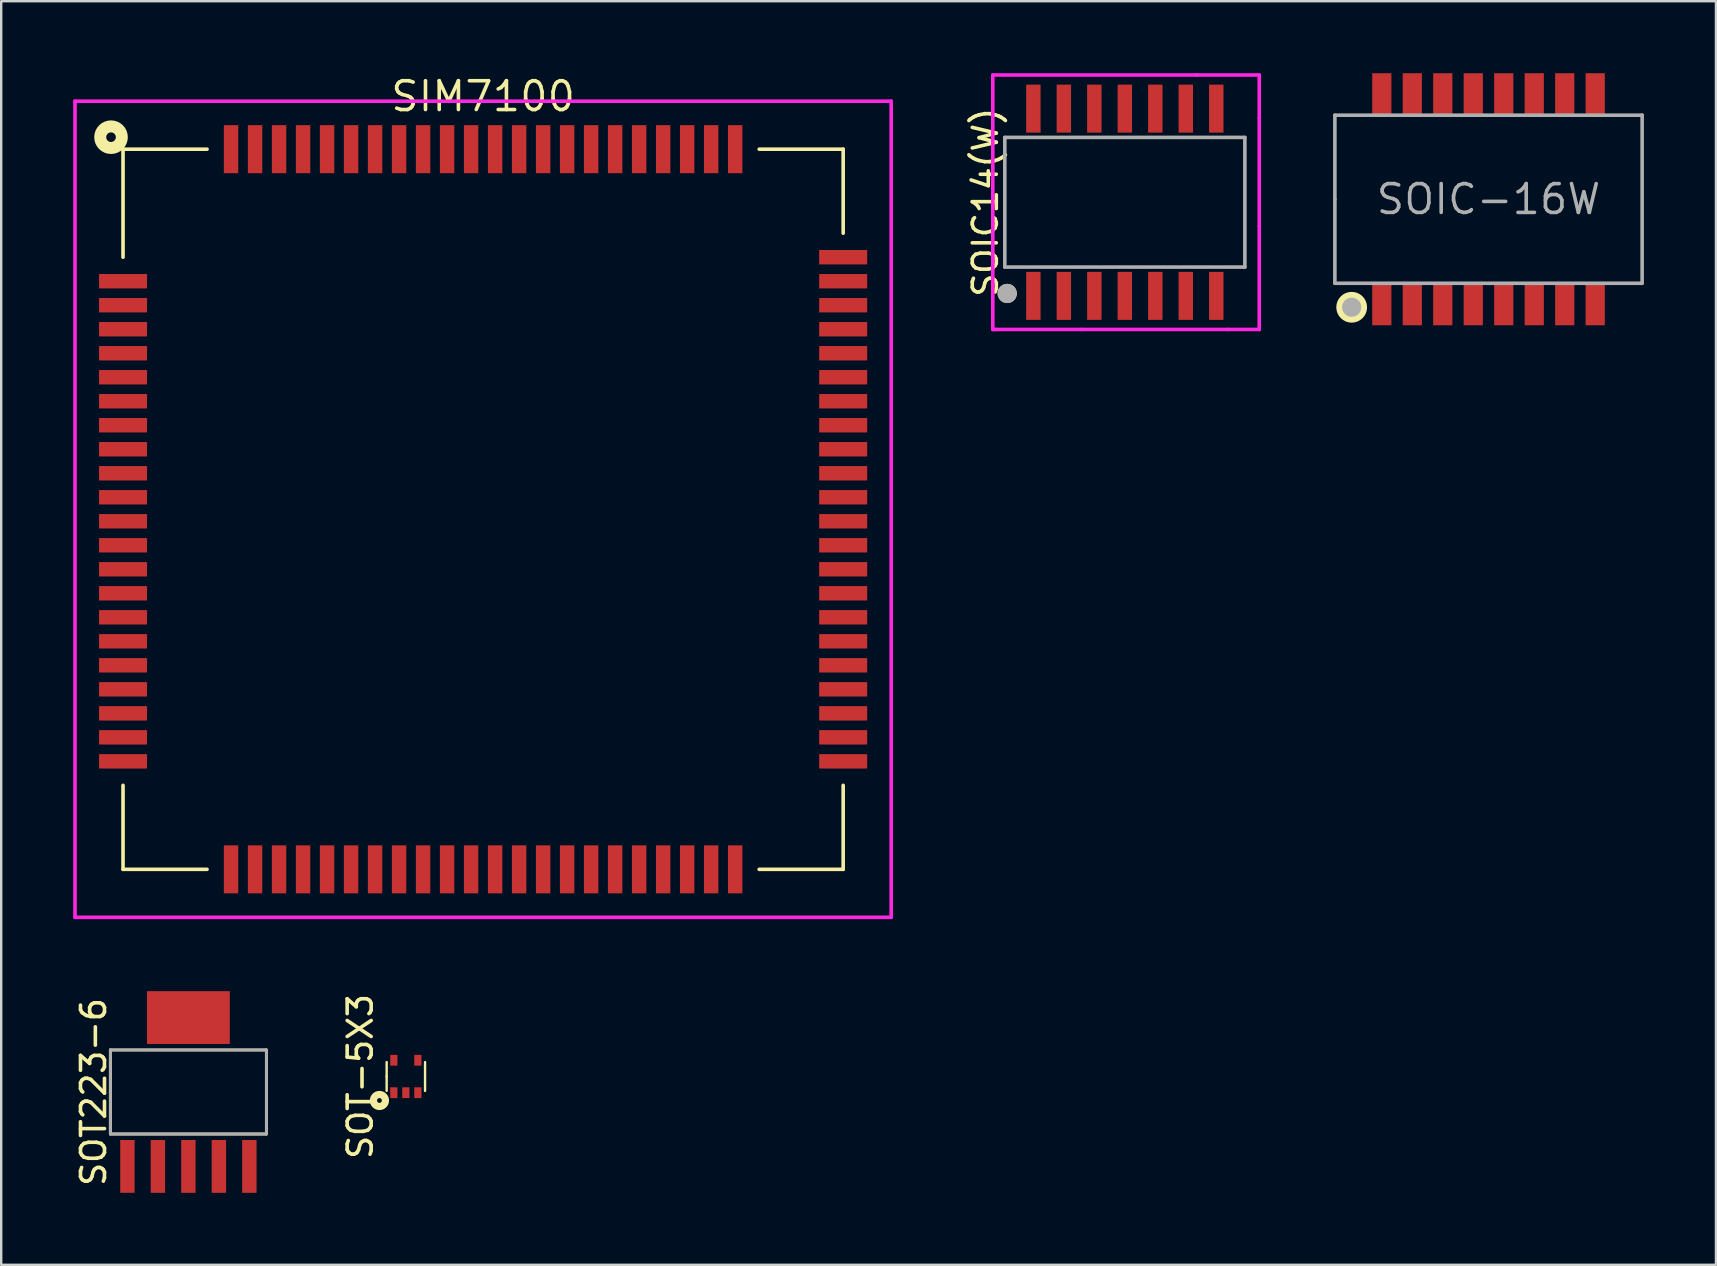
<source format=kicad_pcb>
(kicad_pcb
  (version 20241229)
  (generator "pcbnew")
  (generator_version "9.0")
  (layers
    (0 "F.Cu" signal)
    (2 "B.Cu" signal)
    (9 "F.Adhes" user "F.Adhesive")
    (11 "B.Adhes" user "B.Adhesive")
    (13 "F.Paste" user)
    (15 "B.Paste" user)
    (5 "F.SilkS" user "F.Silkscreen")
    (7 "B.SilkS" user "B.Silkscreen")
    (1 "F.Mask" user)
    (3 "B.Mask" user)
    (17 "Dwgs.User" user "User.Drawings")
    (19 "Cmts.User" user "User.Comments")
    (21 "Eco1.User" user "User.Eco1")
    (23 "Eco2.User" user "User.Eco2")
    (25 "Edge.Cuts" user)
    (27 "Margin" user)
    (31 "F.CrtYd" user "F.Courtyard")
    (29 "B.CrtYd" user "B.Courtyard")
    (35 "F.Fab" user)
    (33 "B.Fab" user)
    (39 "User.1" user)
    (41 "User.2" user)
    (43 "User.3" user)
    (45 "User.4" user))
  (footprint "SOT-5X3"
    (layer "F.Cu")
    (at 13.857 41.794)
    (property "Reference" "SOT-5X3" (at -1.9 0 90) (layer "F.SilkS") (effects (font (size 1 1) (thickness 0.15))))
    (attr through_hole)
    (fp_line (start -0.8 0) (end -0.8 -0.6) (stroke (width 0.1) (type solid)) (layer "F.SilkS"))
    (fp_line (start -0.8 0) (end -0.8 0.6) (stroke (width 0.1) (type solid)) (layer "F.SilkS"))
    (fp_line (start 0.8 -0.6) (end 0.8 0.6) (stroke (width 0.1) (type solid)) (layer "F.SilkS"))
    (fp_circle (center -1.1 1) (end -1 1) (stroke (width 0.3) (type solid)) (fill no) (layer "F.SilkS"))
    (pad "1" smd rect (at -0.5 0.675) (size 0.3 0.45) (layers "F.Cu" "F.Mask" "F.Paste"))
    (pad "2" smd rect (at 0 0.675) (size 0.3 0.45) (layers "F.Cu" "F.Mask" "F.Paste"))
    (pad "3" smd rect (at 0.5 0.675) (size 0.3 0.45) (layers "F.Cu" "F.Mask" "F.Paste"))
    (pad "4" smd rect (at 0.5 -0.675) (size 0.3 0.45) (layers "F.Cu" "F.Mask" "F.Paste"))
    (pad "5" smd rect (at -0.5 -0.675) (size 0.3 0.45) (layers "F.Cu" "F.Mask" "F.Paste")))
  (footprint "SOIC-16W"
    (layer "F.Cu")
    (at 58.958 5.25)
    (property "Reference" "SOIC-16W" (at 0 0 0) (layer "F.Fab") (effects (font (size 1.2 1.2) (thickness 0.15))))
    (attr through_hole)
    (fp_circle (center -5.7 4.5) (end -5.6 4.6) (stroke (width 0.5) (type solid)) (fill no) (layer "F.SilkS"))
    (fp_line (start -6.4 -3.5) (end 6.4 -3.5) (stroke (width 0.15) (type solid)) (layer "F.Fab"))
    (fp_line (start -6.4 0) (end -6.4 -3.5) (stroke (width 0.15) (type solid)) (layer "F.Fab"))
    (fp_line (start -6.4 3.5) (end -6.4 0) (stroke (width 0.15) (type solid)) (layer "F.Fab"))
    (fp_line (start 6.4 -3.5) (end 6.4 3.5) (stroke (width 0.15) (type solid)) (layer "F.Fab"))
    (fp_line (start 6.4 3.5) (end -6.4 3.5) (stroke (width 0.15) (type solid)) (layer "F.Fab"))
    (fp_circle (center -5.7 4.5) (end -5.5 4.5) (stroke (width 0.4) (type solid)) (fill no) (layer "F.Fab"))
    (pad "1" smd rect (at -4.445 4.4) (size 0.8 1.7) (layers "F.Cu" "F.Mask" "F.Paste"))
    (pad "2" smd rect (at -3.175 4.4) (size 0.8 1.7) (layers "F.Cu" "F.Mask" "F.Paste"))
    (pad "3" smd rect (at -1.905 4.4) (size 0.8 1.7) (layers "F.Cu" "F.Mask" "F.Paste"))
    (pad "4" smd rect (at -0.635 4.4) (size 0.8 1.7) (layers "F.Cu" "F.Mask" "F.Paste"))
    (pad "5" smd rect (at 0.635 4.4) (size 0.8 1.7) (layers "F.Cu" "F.Mask" "F.Paste"))
    (pad "6" smd rect (at 1.905 4.4) (size 0.8 1.7) (layers "F.Cu" "F.Mask" "F.Paste"))
    (pad "7" smd rect (at 3.175 4.4) (size 0.8 1.7) (layers "F.Cu" "F.Mask" "F.Paste"))
    (pad "8" smd rect (at 4.445 4.4) (size 0.8 1.7) (layers "F.Cu" "F.Mask" "F.Paste"))
    (pad "9" smd rect (at 4.445 -4.4) (size 0.8 1.7) (layers "F.Cu" "F.Mask" "F.Paste"))
    (pad "10" smd rect (at 3.175 -4.4) (size 0.8 1.7) (layers "F.Cu" "F.Mask" "F.Paste"))
    (pad "11" smd rect (at 1.905 -4.4) (size 0.8 1.7) (layers "F.Cu" "F.Mask" "F.Paste"))
    (pad "12" smd rect (at 0.635 -4.4) (size 0.8 1.7) (layers "F.Cu" "F.Mask" "F.Paste"))
    (pad "13" smd rect (at -0.635 -4.4) (size 0.8 1.7) (layers "F.Cu" "F.Mask" "F.Paste"))
    (pad "14" smd rect (at -1.905 -4.4) (size 0.8 1.7) (layers "F.Cu" "F.Mask" "F.Paste"))
    (pad "15" smd rect (at -3.175 -4.4) (size 0.8 1.7) (layers "F.Cu" "F.Mask" "F.Paste"))
    (pad "16" smd rect (at -4.445 -4.4) (size 0.8 1.7) (layers "F.Cu" "F.Mask" "F.Paste")))
  (footprint "SIM7100"
    (layer "F.Cu")
    (at 17.075 18.165)
    (property "Reference" "SIM7100" (at 0 -17.2 0) (layer "F.SilkS") (effects (font (size 1.2 1.2) (thickness 0.15))))
    (attr through_hole)
    (fp_line (start -15 -15) (end -15 -10.5) (stroke (width 0.15) (type solid)) (layer "F.SilkS"))
    (fp_line (start -15 15) (end -15 11.5) (stroke (width 0.15) (type solid)) (layer "F.SilkS"))
    (fp_line (start -11.5 -15) (end -15 -15) (stroke (width 0.15) (type solid)) (layer "F.SilkS"))
    (fp_line (start -11.5 15) (end -15 15) (stroke (width 0.15) (type solid)) (layer "F.SilkS"))
    (fp_line (start 11.5 -15) (end 15 -15) (stroke (width 0.15) (type solid)) (layer "F.SilkS"))
    (fp_line (start 11.5 15) (end 15 15) (stroke (width 0.15) (type solid)) (layer "F.SilkS"))
    (fp_line (start 15 -15) (end 15 -11.5) (stroke (width 0.15) (type solid)) (layer "F.SilkS"))
    (fp_line (start 15 15) (end 15 11.5) (stroke (width 0.15) (type solid)) (layer "F.SilkS"))
    (fp_circle (center -15.5 -15.5) (end -15.5 -15.3) (stroke (width 0.5) (type solid)) (fill no) (layer "F.SilkS"))
    (fp_line (start -17 -17) (end 17 -17) (stroke (width 0.15) (type solid)) (layer "F.CrtYd"))
    (fp_line (start -17 17) (end -17 -17) (stroke (width 0.15) (type solid)) (layer "F.CrtYd"))
    (fp_line (start 17 -17) (end 17 17) (stroke (width 0.15) (type solid)) (layer "F.CrtYd"))
    (fp_line (start 17 17) (end -17 17) (stroke (width 0.15) (type solid)) (layer "F.CrtYd"))
    (pad "1" smd rect (at -15 -9.5 90) (size 0.6 2) (layers "F.Cu" "F.Mask" "F.Paste"))
    (pad "2" smd rect (at -15 -8.5 90) (size 0.6 2) (layers "F.Cu" "F.Mask" "F.Paste"))
    (pad "3" smd rect (at -15 -7.5 90) (size 0.6 2) (layers "F.Cu" "F.Mask" "F.Paste"))
    (pad "4" smd rect (at -15 -6.5 90) (size 0.6 2) (layers "F.Cu" "F.Mask" "F.Paste"))
    (pad "5" smd rect (at -15 -5.5 90) (size 0.6 2) (layers "F.Cu" "F.Mask" "F.Paste"))
    (pad "6" smd rect (at -15 -4.5 90) (size 0.6 2) (layers "F.Cu" "F.Mask" "F.Paste"))
    (pad "7" smd rect (at -15 -3.5 90) (size 0.6 2) (layers "F.Cu" "F.Mask" "F.Paste"))
    (pad "8" smd rect (at -15 -2.5 90) (size 0.6 2) (layers "F.Cu" "F.Mask" "F.Paste"))
    (pad "9" smd rect (at -15 -1.5 90) (size 0.6 2) (layers "F.Cu" "F.Mask" "F.Paste"))
    (pad "10" smd rect (at -15 -0.5 90) (size 0.6 2) (layers "F.Cu" "F.Mask" "F.Paste"))
    (pad "11" smd rect (at -15 0.5 90) (size 0.6 2) (layers "F.Cu" "F.Mask" "F.Paste"))
    (pad "12" smd rect (at -15 1.5 90) (size 0.6 2) (layers "F.Cu" "F.Mask" "F.Paste"))
    (pad "13" smd rect (at -15 2.5 90) (size 0.6 2) (layers "F.Cu" "F.Mask" "F.Paste"))
    (pad "14" smd rect (at -15 3.5 90) (size 0.6 2) (layers "F.Cu" "F.Mask" "F.Paste"))
    (pad "15" smd rect (at -15 4.5 90) (size 0.6 2) (layers "F.Cu" "F.Mask" "F.Paste"))
    (pad "16" smd rect (at -15 5.5 90) (size 0.6 2) (layers "F.Cu" "F.Mask" "F.Paste"))
    (pad "17" smd rect (at -15 6.5 90) (size 0.6 2) (layers "F.Cu" "F.Mask" "F.Paste"))
    (pad "18" smd rect (at -15 7.5 90) (size 0.6 2) (layers "F.Cu" "F.Mask" "F.Paste"))
    (pad "19" smd rect (at -15 8.5 90) (size 0.6 2) (layers "F.Cu" "F.Mask" "F.Paste"))
    (pad "20" smd rect (at -15 9.5 90) (size 0.6 2) (layers "F.Cu" "F.Mask" "F.Paste"))
    (pad "21" smd rect (at -9.5 15) (size 0.6 2) (layers "F.Cu" "F.Mask" "F.Paste"))
    (pad "22" smd rect (at -8.5 15) (size 0.6 2) (layers "F.Cu" "F.Mask" "F.Paste"))
    (pad "23" smd rect (at -7.5 15) (size 0.6 2) (layers "F.Cu" "F.Mask" "F.Paste"))
    (pad "24" smd rect (at -6.5 15) (size 0.6 2) (layers "F.Cu" "F.Mask" "F.Paste"))
    (pad "25" smd rect (at -5.5 15) (size 0.6 2) (layers "F.Cu" "F.Mask" "F.Paste"))
    (pad "26" smd rect (at -4.5 15) (size 0.6 2) (layers "F.Cu" "F.Mask" "F.Paste"))
    (pad "27" smd rect (at -3.5 15) (size 0.6 2) (layers "F.Cu" "F.Mask" "F.Paste"))
    (pad "28" smd rect (at -2.5 15) (size 0.6 2) (layers "F.Cu" "F.Mask" "F.Paste"))
    (pad "29" smd rect (at -1.5 15) (size 0.6 2) (layers "F.Cu" "F.Mask" "F.Paste"))
    (pad "30" smd rect (at -0.5 15) (size 0.6 2) (layers "F.Cu" "F.Mask" "F.Paste"))
    (pad "31" smd rect (at 0.5 15) (size 0.6 2) (layers "F.Cu" "F.Mask" "F.Paste"))
    (pad "32" smd rect (at 1.5 15) (size 0.6 2) (layers "F.Cu" "F.Mask" "F.Paste"))
    (pad "33" smd rect (at 2.5 15) (size 0.6 2) (layers "F.Cu" "F.Mask" "F.Paste"))
    (pad "34" smd rect (at 3.5 15) (size 0.6 2) (layers "F.Cu" "F.Mask" "F.Paste"))
    (pad "35" smd rect (at 4.5 15) (size 0.6 2) (layers "F.Cu" "F.Mask" "F.Paste"))
    (pad "36" smd rect (at 5.5 15) (size 0.6 2) (layers "F.Cu" "F.Mask" "F.Paste"))
    (pad "37" smd rect (at 6.5 15) (size 0.6 2) (layers "F.Cu" "F.Mask" "F.Paste"))
    (pad "38" smd rect (at 7.5 15) (size 0.6 2) (layers "F.Cu" "F.Mask" "F.Paste"))
    (pad "39" smd rect (at 8.5 15) (size 0.6 2) (layers "F.Cu" "F.Mask" "F.Paste"))
    (pad "40" smd rect (at 9.5 15) (size 0.6 2) (layers "F.Cu" "F.Mask" "F.Paste"))
    (pad "41" smd rect (at 15 9.5 90) (size 0.6 2) (layers "F.Cu" "F.Mask" "F.Paste"))
    (pad "42" smd rect (at 15 8.5 90) (size 0.6 2) (layers "F.Cu" "F.Mask" "F.Paste"))
    (pad "43" smd rect (at 15 7.5 90) (size 0.6 2) (layers "F.Cu" "F.Mask" "F.Paste"))
    (pad "44" smd rect (at 15 6.5 90) (size 0.6 2) (layers "F.Cu" "F.Mask" "F.Paste"))
    (pad "45" smd rect (at 15 5.5 90) (size 0.6 2) (layers "F.Cu" "F.Mask" "F.Paste"))
    (pad "46" smd rect (at 15 4.5 90) (size 0.6 2) (layers "F.Cu" "F.Mask" "F.Paste"))
    (pad "47" smd rect (at 15 3.5 90) (size 0.6 2) (layers "F.Cu" "F.Mask" "F.Paste"))
    (pad "48" smd rect (at 15 2.5 90) (size 0.6 2) (layers "F.Cu" "F.Mask" "F.Paste"))
    (pad "49" smd rect (at 15 1.5 90) (size 0.6 2) (layers "F.Cu" "F.Mask" "F.Paste"))
    (pad "50" smd rect (at 15 0.5 90) (size 0.6 2) (layers "F.Cu" "F.Mask" "F.Paste"))
    (pad "51" smd rect (at 15 -0.5 90) (size 0.6 2) (layers "F.Cu" "F.Mask" "F.Paste"))
    (pad "52" smd rect (at 15 -1.5 90) (size 0.6 2) (layers "F.Cu" "F.Mask" "F.Paste"))
    (pad "53" smd rect (at 15 -2.5 90) (size 0.6 2) (layers "F.Cu" "F.Mask" "F.Paste"))
    (pad "54" smd rect (at 15 -3.5 90) (size 0.6 2) (layers "F.Cu" "F.Mask" "F.Paste"))
    (pad "55" smd rect (at 15 -4.5 90) (size 0.6 2) (layers "F.Cu" "F.Mask" "F.Paste"))
    (pad "56" smd rect (at 15 -5.5 90) (size 0.6 2) (layers "F.Cu" "F.Mask" "F.Paste"))
    (pad "57" smd rect (at 15 -6.5 90) (size 0.6 2) (layers "F.Cu" "F.Mask" "F.Paste"))
    (pad "58" smd rect (at 15 -7.5 90) (size 0.6 2) (layers "F.Cu" "F.Mask" "F.Paste"))
    (pad "59" smd rect (at 15 -8.5 90) (size 0.6 2) (layers "F.Cu" "F.Mask" "F.Paste"))
    (pad "60" smd rect (at 15 -9.5 90) (size 0.6 2) (layers "F.Cu" "F.Mask" "F.Paste"))
    (pad "61" smd rect (at 9.5 -15) (size 0.6 2) (layers "F.Cu" "F.Mask" "F.Paste"))
    (pad "62" smd rect (at 8.5 -15) (size 0.6 2) (layers "F.Cu" "F.Mask" "F.Paste"))
    (pad "63" smd rect (at 7.5 -15) (size 0.6 2) (layers "F.Cu" "F.Mask" "F.Paste"))
    (pad "64" smd rect (at 6.5 -15) (size 0.6 2) (layers "F.Cu" "F.Mask" "F.Paste"))
    (pad "65" smd rect (at 5.5 -15) (size 0.6 2) (layers "F.Cu" "F.Mask" "F.Paste"))
    (pad "66" smd rect (at 4.5 -15) (size 0.6 2) (layers "F.Cu" "F.Mask" "F.Paste"))
    (pad "67" smd rect (at 3.5 -15) (size 0.6 2) (layers "F.Cu" "F.Mask" "F.Paste"))
    (pad "68" smd rect (at 2.5 -15) (size 0.6 2) (layers "F.Cu" "F.Mask" "F.Paste"))
    (pad "69" smd rect (at 1.5 -15) (size 0.6 2) (layers "F.Cu" "F.Mask" "F.Paste"))
    (pad "70" smd rect (at 0.5 -15) (size 0.6 2) (layers "F.Cu" "F.Mask" "F.Paste"))
    (pad "71" smd rect (at -0.5 -15) (size 0.6 2) (layers "F.Cu" "F.Mask" "F.Paste"))
    (pad "72" smd rect (at -1.5 -15) (size 0.6 2) (layers "F.Cu" "F.Mask" "F.Paste"))
    (pad "73" smd rect (at -2.5 -15) (size 0.6 2) (layers "F.Cu" "F.Mask" "F.Paste"))
    (pad "74" smd rect (at -3.5 -15) (size 0.6 2) (layers "F.Cu" "F.Mask" "F.Paste"))
    (pad "75" smd rect (at -4.5 -15) (size 0.6 2) (layers "F.Cu" "F.Mask" "F.Paste"))
    (pad "76" smd rect (at -5.5 -15) (size 0.6 2) (layers "F.Cu" "F.Mask" "F.Paste"))
    (pad "77" smd rect (at -6.5 -15) (size 0.6 2) (layers "F.Cu" "F.Mask" "F.Paste"))
    (pad "78" smd rect (at -7.5 -15) (size 0.6 2) (layers "F.Cu" "F.Mask" "F.Paste"))
    (pad "79" smd rect (at -8.5 -15) (size 0.6 2) (layers "F.Cu" "F.Mask" "F.Paste"))
    (pad "80" smd rect (at -9.5 -15) (size 0.6 2) (layers "F.Cu" "F.Mask" "F.Paste"))
    (pad "81" smd rect (at -15 10.5 90) (size 0.6 2) (layers "F.Cu" "F.Mask" "F.Paste"))
    (pad "82" smd rect (at 15 10.5 90) (size 0.6 2) (layers "F.Cu" "F.Mask" "F.Paste"))
    (pad "83" smd rect (at 10.5 15) (size 0.6 2) (layers "F.Cu" "F.Mask" "F.Paste"))
    (pad "84" smd rect (at -10.5 15) (size 0.6 2) (layers "F.Cu" "F.Mask" "F.Paste"))
    (pad "85" smd rect (at 15 -10.5 90) (size 0.6 2) (layers "F.Cu" "F.Mask" "F.Paste"))
    (pad "86" smd rect (at -10.5 -15) (size 0.6 2) (layers "F.Cu" "F.Mask" "F.Paste"))
    (pad "87" smd rect (at 10.5 -15) (size 0.6 2) (layers "F.Cu" "F.Mask" "F.Paste")))
  (footprint "SOIC14(W)"
    (layer "F.Cu")
    (at 43.808 5.375)
    (property "Reference" "SOIC14(W)" (at -5.81 0 90) (layer "F.SilkS") (effects (font (size 1 1) (thickness 0.15))))
    (attr through_hole)
    (fp_circle (center -4.9 3.8) (end -4.7 3.8) (stroke (width 0.4) (type solid)) (fill no) (layer "F.SilkS"))
    (fp_line (start -5.5 -5.3) (end -5.5 2.3) (stroke (width 0.15) (type solid)) (layer "F.CrtYd"))
    (fp_line (start -5.5 2.3) (end -5.5 5.3) (stroke (width 0.15) (type solid)) (layer "F.CrtYd"))
    (fp_line (start -5.5 5.3) (end -5.4 5.3) (stroke (width 0.15) (type solid)) (layer "F.CrtYd"))
    (fp_line (start -5.4 5.3) (end -1.8 5.3) (stroke (width 0.15) (type solid)) (layer "F.CrtYd"))
    (fp_line (start -1.8 5.3) (end 4.3 5.3) (stroke (width 0.15) (type solid)) (layer "F.CrtYd"))
    (fp_line (start 3 -5.3) (end -5.5 -5.3) (stroke (width 0.15) (type solid)) (layer "F.CrtYd"))
    (fp_line (start 4.3 5.3) (end 5.6 5.3) (stroke (width 0.15) (type solid)) (layer "F.CrtYd"))
    (fp_line (start 5.6 -5.3) (end 3 -5.3) (stroke (width 0.15) (type solid)) (layer "F.CrtYd"))
    (fp_line (start 5.6 -5.3) (end 5.6 -3.5) (stroke (width 0.15) (type solid)) (layer "F.CrtYd"))
    (fp_line (start 5.6 1) (end 5.6 -3.5) (stroke (width 0.15) (type solid)) (layer "F.CrtYd"))
    (fp_line (start 5.6 5.3) (end 5.6 1) (stroke (width 0.15) (type solid)) (layer "F.CrtYd"))
    (fp_line (start -5 -2.7) (end 5 -2.7) (stroke (width 0.15) (type solid)) (layer "F.Fab"))
    (fp_line (start -5 2.7) (end -5 -2.7) (stroke (width 0.15) (type solid)) (layer "F.Fab"))
    (fp_line (start 5 -2.7) (end 5 2.7) (stroke (width 0.15) (type solid)) (layer "F.Fab"))
    (fp_line (start 5 2.7) (end -5 2.7) (stroke (width 0.15) (type solid)) (layer "F.Fab"))
    (fp_circle (center -4.9 3.8) (end -4.7 3.8) (stroke (width 0.4) (type solid)) (fill no) (layer "F.Fab"))
    (pad "1" smd rect (at -3.81 3.9) (size 0.6 2) (layers "F.Cu" "F.Mask" "F.Paste"))
    (pad "2" smd rect (at -2.54 3.9) (size 0.6 2) (layers "F.Cu" "F.Mask" "F.Paste"))
    (pad "3" smd rect (at -1.27 3.9) (size 0.6 2) (layers "F.Cu" "F.Mask" "F.Paste"))
    (pad "4" smd rect (at 0 3.9) (size 0.6 2) (layers "F.Cu" "F.Mask" "F.Paste"))
    (pad "5" smd rect (at 1.27 3.9) (size 0.6 2) (layers "F.Cu" "F.Mask" "F.Paste"))
    (pad "6" smd rect (at 2.54 3.9) (size 0.6 2) (layers "F.Cu" "F.Mask" "F.Paste"))
    (pad "7" smd rect (at 3.81 3.9) (size 0.6 2) (layers "F.Cu" "F.Mask" "F.Paste"))
    (pad "8" smd rect (at 3.81 -3.9) (size 0.6 2) (layers "F.Cu" "F.Mask" "F.Paste"))
    (pad "9" smd rect (at 2.54 -3.9) (size 0.6 2) (layers "F.Cu" "F.Mask" "F.Paste"))
    (pad "10" smd rect (at 1.27 -3.9) (size 0.6 2) (layers "F.Cu" "F.Mask" "F.Paste"))
    (pad "11" smd rect (at 0 -3.9) (size 0.6 2) (layers "F.Cu" "F.Mask" "F.Paste"))
    (pad "12" smd rect (at -1.27 -3.9) (size 0.6 2) (layers "F.Cu" "F.Mask" "F.Paste"))
    (pad "13" smd rect (at -2.54 -3.9) (size 0.6 2) (layers "F.Cu" "F.Mask" "F.Paste"))
    (pad "14" smd rect (at -3.81 -3.9) (size 0.6 2) (layers "F.Cu" "F.Mask" "F.Paste")))
  (footprint "SOT223-6"
    (layer "F.Cu")
    (at 4.798 42.44)
    (property "Reference" "SOT223-6" (at -3.95 0 90) (layer "F.SilkS") (effects (font (size 1 1) (thickness 0.15))))
    (attr smd)
    (fp_line (start -3.25 -1.75) (end 3.25 -1.75) (stroke (width 0.12) (type solid)) (layer "F.SilkS"))
    (fp_line (start -3.25 1.75) (end -3.25 -1.75) (stroke (width 0.12) (type solid)) (layer "F.SilkS"))
    (fp_line (start 3.25 -1.75) (end 3.25 1.75) (stroke (width 0.12) (type solid)) (layer "F.SilkS"))
    (fp_line (start 3.25 1.75) (end -3.25 1.75) (stroke (width 0.12) (type solid)) (layer "F.SilkS"))
    (fp_line (start -3.25 -1.75) (end 3.25 -1.75) (stroke (width 0.12) (type solid)) (layer "F.Fab"))
    (fp_line (start -3.25 0) (end -3.25 -1.75) (stroke (width 0.12) (type solid)) (layer "F.Fab"))
    (fp_line (start -3.25 1.75) (end -3.25 0) (stroke (width 0.12) (type solid)) (layer "F.Fab"))
    (fp_line (start 3.25 -1.75) (end 3.25 1.75) (stroke (width 0.12) (type solid)) (layer "F.Fab"))
    (fp_line (start 3.25 1.75) (end -3.25 1.75) (stroke (width 0.12) (type solid)) (layer "F.Fab"))
    (pad "1" smd rect (at -2.54 3.1) (size 0.6 2.2) (layers "F.Cu" "F.Mask" "F.Paste"))
    (pad "2" smd rect (at -1.27 3.1) (size 0.6 2.2) (layers "F.Cu" "F.Mask" "F.Paste"))
    (pad "3" smd rect (at 0 3.1) (size 0.6 2.2) (layers "F.Cu" "F.Mask" "F.Paste"))
    (pad "4" smd rect (at 1.27 3.1) (size 0.6 2.2) (layers "F.Cu" "F.Mask" "F.Paste"))
    (pad "5" smd rect (at 2.54 3.1) (size 0.6 2.2) (layers "F.Cu" "F.Mask" "F.Paste"))
    (pad "6" smd rect (at 0 -3.1) (size 3.45 2.2) (layers "F.Cu" "F.Mask" "F.Paste")))
  (gr_rect
    (start -3 -3)
    (end 68.433 49.64)
    (stroke (width 0.1) (type default))
    (fill no)
    (layer "Edge.Cuts")))
</source>
